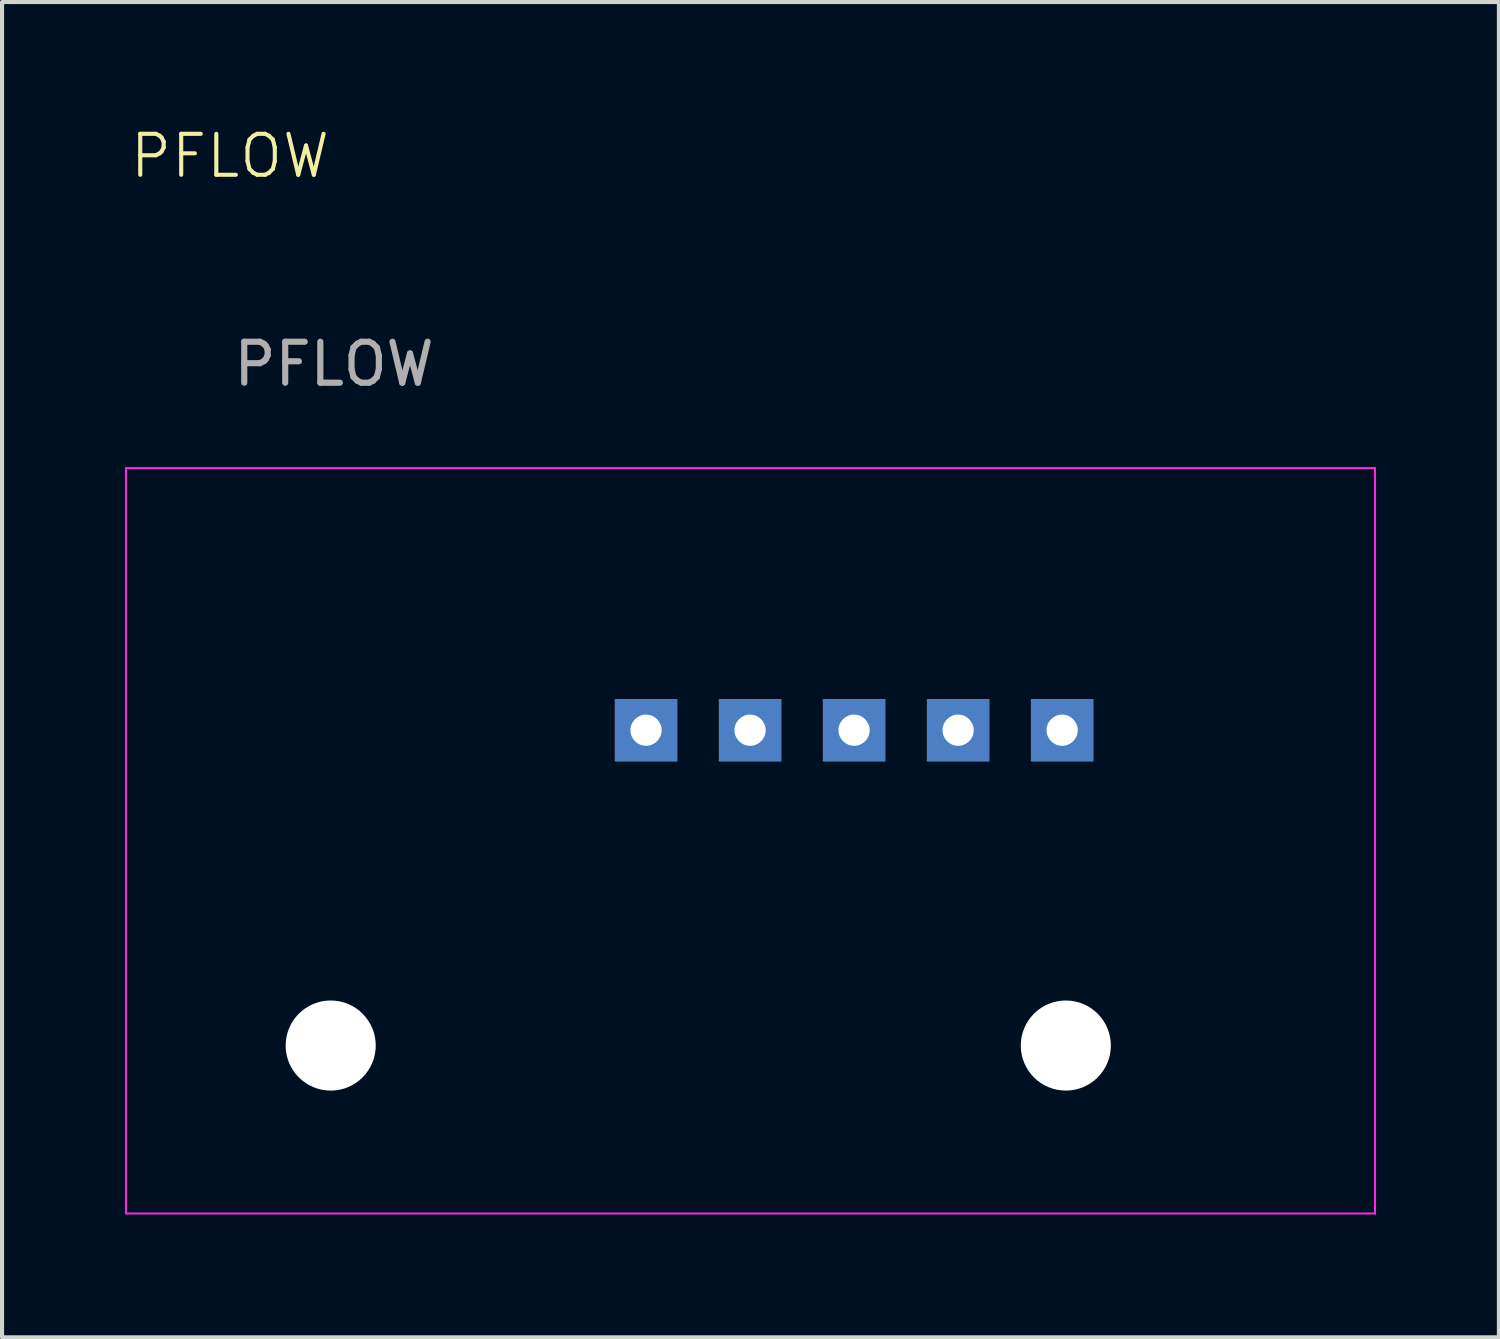
<source format=kicad_pcb>
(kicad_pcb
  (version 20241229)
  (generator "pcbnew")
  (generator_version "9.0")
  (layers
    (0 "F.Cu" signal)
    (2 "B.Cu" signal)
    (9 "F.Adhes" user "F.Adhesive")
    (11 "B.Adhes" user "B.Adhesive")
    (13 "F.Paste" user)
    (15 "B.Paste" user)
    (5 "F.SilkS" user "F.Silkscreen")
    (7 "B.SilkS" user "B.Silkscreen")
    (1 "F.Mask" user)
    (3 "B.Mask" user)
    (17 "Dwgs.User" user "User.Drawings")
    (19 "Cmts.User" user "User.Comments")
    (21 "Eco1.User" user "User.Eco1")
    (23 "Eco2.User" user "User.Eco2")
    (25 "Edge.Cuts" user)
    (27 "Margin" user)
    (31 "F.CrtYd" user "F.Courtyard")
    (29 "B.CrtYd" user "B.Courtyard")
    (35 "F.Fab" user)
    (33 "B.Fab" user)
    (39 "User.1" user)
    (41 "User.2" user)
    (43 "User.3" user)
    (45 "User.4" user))
  (footprint "PFLOW"
    (layer "F.Cu")
    (at 5.025 22.48)
    (property "Reference" "PFLOW" (at -2.46 -21.72 0) (unlocked yes) (layer "F.SilkS") (effects (font (size 1 1) (thickness 0.1))))
    (attr through_hole)
    (fp_line (start -5 -14.1) (end 25.5 -14.1) (stroke (width 0.05) (type default)) (layer "F.CrtYd"))
    (fp_line (start -5 4.1) (end -5 -14.1) (stroke (width 0.05) (type default)) (layer "F.CrtYd"))
    (fp_line (start -5 4.1) (end 25.5 4.1) (stroke (width 0.05) (type default)) (layer "F.CrtYd"))
    (fp_line (start 25.5 -14.1) (end 25.5 4.1) (stroke (width 0.05) (type default)) (layer "F.CrtYd"))
    (fp_text user "${REFERENCE}" (at 0.08 -16.64 0) (unlocked yes) (layer "F.Fab") (effects (font (size 1 1) (thickness 0.15))))
    (pad "" np_thru_hole circle (at 0 0) (size 2.2 2.2) (drill 2.2) (layers "*.Cu" "*.Mask"))
    (pad "" np_thru_hole circle (at 17.95 0) (size 2.2 2.2) (drill 2.2) (layers "*.Cu" "*.Mask"))
    (pad "1" thru_hole rect (at 7.7 -7.7) (size 1.524 1.524) (drill 0.762) (layers "*.Cu" "*.Mask"))
    (pad "2" thru_hole rect (at 10.24 -7.7) (size 1.524 1.524) (drill 0.762) (layers "*.Cu" "*.Mask"))
    (pad "3" thru_hole rect (at 12.78 -7.7) (size 1.524 1.524) (drill 0.762) (layers "*.Cu" "*.Mask"))
    (pad "4" thru_hole rect (at 15.32 -7.7) (size 1.524 1.524) (drill 0.762) (layers "*.Cu" "*.Mask"))
    (pad "5" thru_hole rect (at 17.86 -7.7) (size 1.524 1.524) (drill 0.762) (layers "*.Cu" "*.Mask")))
  (gr_rect
    (start -3 -3)
    (end 33.55 29.605)
    (stroke (width 0.1) (type default))
    (fill no)
    (layer "Edge.Cuts")))
</source>
